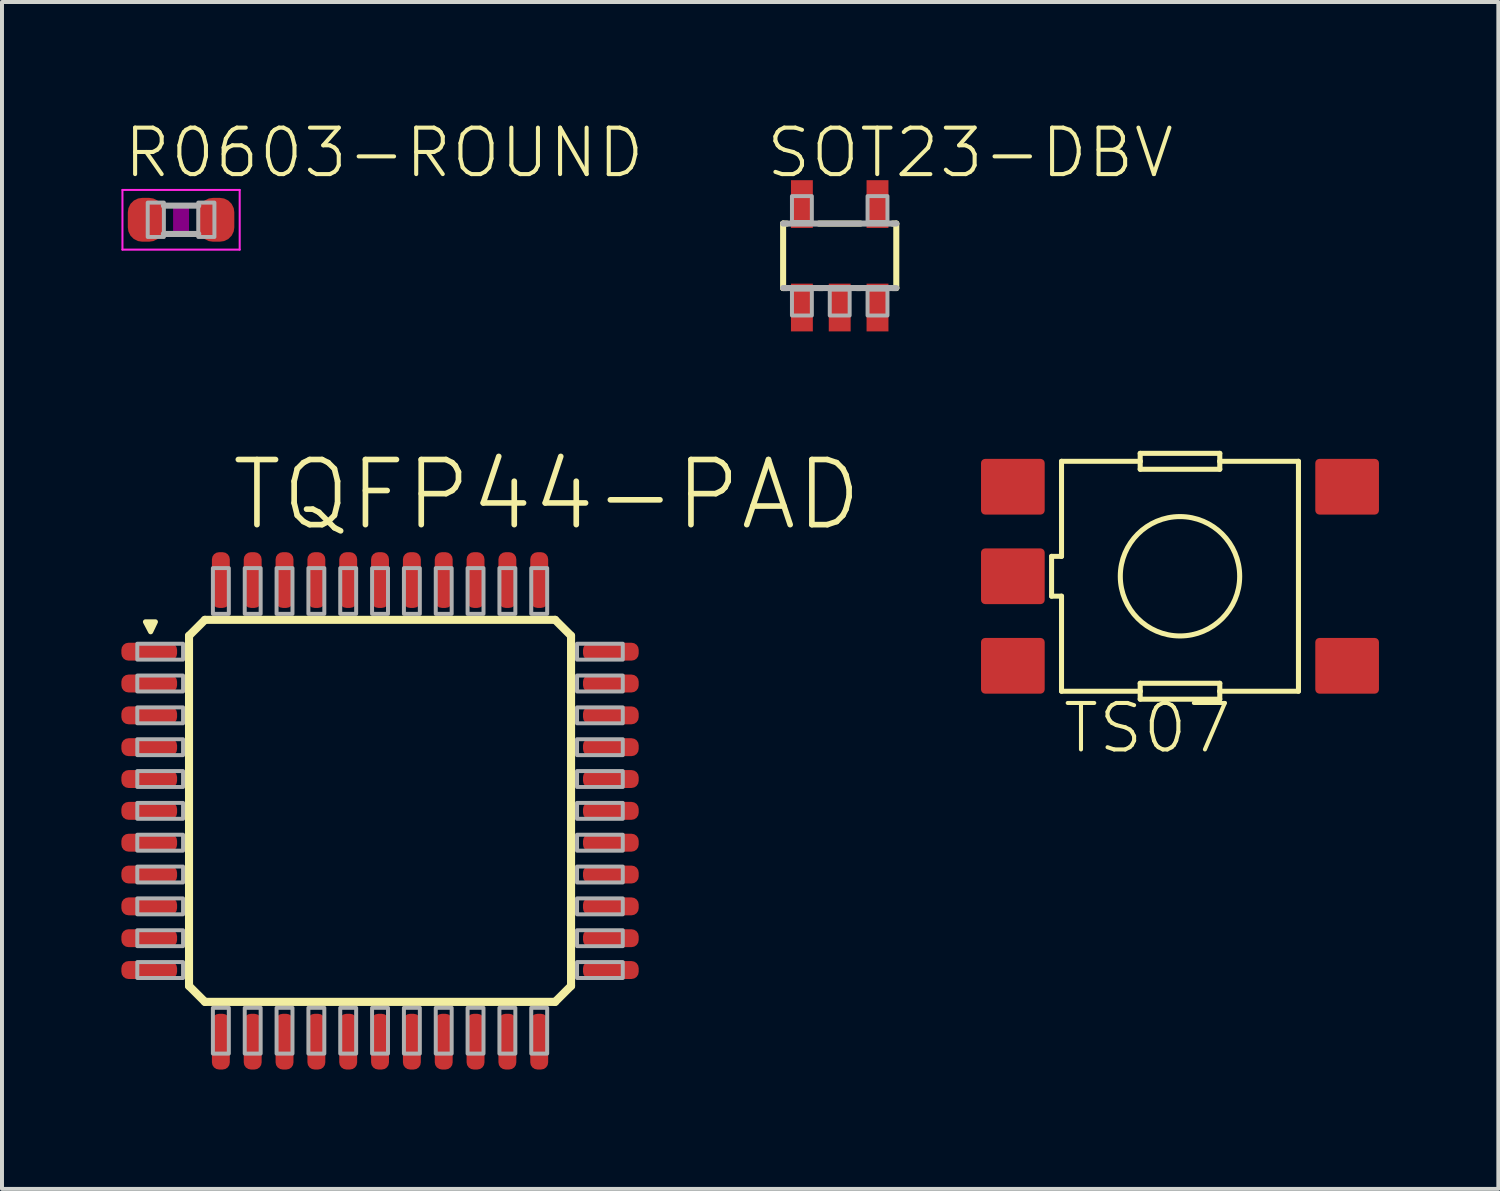
<source format=kicad_pcb>
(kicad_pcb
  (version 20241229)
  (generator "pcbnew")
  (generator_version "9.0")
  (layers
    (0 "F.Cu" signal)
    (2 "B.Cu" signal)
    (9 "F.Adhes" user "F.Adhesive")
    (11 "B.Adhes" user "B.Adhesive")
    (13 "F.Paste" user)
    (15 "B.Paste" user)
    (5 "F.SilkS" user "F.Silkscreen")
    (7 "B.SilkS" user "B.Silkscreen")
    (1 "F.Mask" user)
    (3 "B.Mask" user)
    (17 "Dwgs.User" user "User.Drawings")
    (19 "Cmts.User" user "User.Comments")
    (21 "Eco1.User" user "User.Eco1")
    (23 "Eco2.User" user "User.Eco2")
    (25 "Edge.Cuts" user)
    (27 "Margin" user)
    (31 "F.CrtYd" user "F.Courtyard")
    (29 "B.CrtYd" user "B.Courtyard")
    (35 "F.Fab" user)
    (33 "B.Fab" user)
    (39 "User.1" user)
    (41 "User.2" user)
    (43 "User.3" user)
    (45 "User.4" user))
  (footprint "SOT23-DBV"
    (layer "F.Cu")
    (at 18.051 3.378)
    (property "Reference" "SOT23-DBV" (at -1.905 -1.905 0) (layer "F.SilkS") (effects (font (size 1.168 1.168) (thickness 0.102)) (justify left bottom)))
    (fp_line (start -1.422 -0.81) (end -1.328 -0.81) (stroke (width 0.152) (type solid)) (layer "F.SilkS"))
    (fp_line (start -1.422 0.81) (end -1.422 -0.81) (stroke (width 0.152) (type solid)) (layer "F.SilkS"))
    (fp_line (start -1.328 0.81) (end -1.422 0.81) (stroke (width 0.152) (type solid)) (layer "F.SilkS"))
    (fp_line (start -0.522 -0.81) (end 0.522 -0.81) (stroke (width 0.152) (type solid)) (layer "F.SilkS"))
    (fp_line (start -0.428 0.81) (end -0.522 0.81) (stroke (width 0.152) (type solid)) (layer "F.SilkS"))
    (fp_line (start 0.522 0.81) (end 0.428 0.81) (stroke (width 0.152) (type solid)) (layer "F.SilkS"))
    (fp_line (start 1.328 -0.81) (end 1.422 -0.81) (stroke (width 0.152) (type solid)) (layer "F.SilkS"))
    (fp_line (start 1.422 -0.81) (end 1.422 0.81) (stroke (width 0.152) (type solid)) (layer "F.SilkS"))
    (fp_line (start 1.422 0.81) (end 1.328 0.81) (stroke (width 0.152) (type solid)) (layer "F.SilkS"))
    (fp_line (start -1.422 -0.81) (end 1.422 -0.81) (stroke (width 0.152) (type solid)) (layer "F.Fab"))
    (fp_line (start 1.422 0.81) (end -1.422 0.81) (stroke (width 0.152) (type solid)) (layer "F.Fab"))
    (fp_poly (pts (xy -1.2 -0.85) (xy -0.7 -0.85) (xy -0.7 -1.5) (xy -1.2 -1.5)) (stroke (width 0.1) (type solid)) (fill no) (layer "F.Fab"))
    (fp_poly (pts (xy -1.2 1.5) (xy -0.7 1.5) (xy -0.7 0.85) (xy -1.2 0.85)) (stroke (width 0.1) (type solid)) (fill no) (layer "F.Fab"))
    (fp_poly (pts (xy -0.25 1.5) (xy 0.25 1.5) (xy 0.25 0.85) (xy -0.25 0.85)) (stroke (width 0.1) (type solid)) (fill no) (layer "F.Fab"))
    (fp_poly (pts (xy 0.7 -0.85) (xy 1.2 -0.85) (xy 1.2 -1.5) (xy 0.7 -1.5)) (stroke (width 0.1) (type solid)) (fill no) (layer "F.Fab"))
    (fp_poly (pts (xy 0.7 1.5) (xy 1.2 1.5) (xy 1.2 0.85) (xy 0.7 0.85)) (stroke (width 0.1) (type solid)) (fill no) (layer "F.Fab"))
    (pad "1" smd rect (at -0.95 1.3) (size 0.55 1.2) (layers "F.Cu" "F.Mask" "F.Paste"))
    (pad "2" smd rect (at 0 1.3) (size 0.55 1.2) (layers "F.Cu" "F.Mask" "F.Paste"))
    (pad "3" smd rect (at 0.95 1.3) (size 0.55 1.2) (layers "F.Cu" "F.Mask" "F.Paste"))
    (pad "4" smd rect (at 0.95 -1.3) (size 0.55 1.2) (layers "F.Cu" "F.Mask" "F.Paste"))
    (pad "5" smd rect (at -0.95 -1.3) (size 0.55 1.2) (layers "F.Cu" "F.Mask" "F.Paste")))
  (footprint "R0603-ROUND"
    (layer "F.Cu")
    (at 1.5 2.473)
    (property "Reference" "R0603-ROUND" (at -1.5 -1 0) (layer "F.SilkS") (effects (font (size 1.168 1.168) (thickness 0.102)) (justify left bottom)))
    (fp_poly (pts (xy -0.2 0.4) (xy 0.2 0.4) (xy 0.2 -0.4) (xy -0.2 -0.4)) (stroke (width 0) (type solid)) (fill yes) (layer "F.Adhes"))
    (fp_line (start -1.473 -0.75) (end 1.473 -0.75) (stroke (width 0.051) (type solid)) (layer "F.CrtYd"))
    (fp_line (start -1.473 0.75) (end -1.473 -0.75) (stroke (width 0.051) (type solid)) (layer "F.CrtYd"))
    (fp_line (start 1.473 -0.75) (end 1.473 0.75) (stroke (width 0.051) (type solid)) (layer "F.CrtYd"))
    (fp_line (start 1.473 0.75) (end -1.473 0.75) (stroke (width 0.051) (type solid)) (layer "F.CrtYd"))
    (fp_line (start -0.432 0.356) (end 0.432 0.356) (stroke (width 0.152) (type solid)) (layer "F.Fab"))
    (fp_line (start 0.432 -0.356) (end -0.432 -0.356) (stroke (width 0.152) (type solid)) (layer "F.Fab"))
    (fp_poly (pts (xy -0.838 0.432) (xy -0.432 0.432) (xy -0.432 -0.432) (xy -0.838 -0.432)) (stroke (width 0.1) (type solid)) (fill no) (layer "F.Fab"))
    (fp_poly (pts (xy 0.432 0.432) (xy 0.838 0.432) (xy 0.838 -0.432) (xy 0.432 -0.432)) (stroke (width 0.1) (type solid)) (fill no) (layer "F.Fab"))
    (pad "1" smd roundrect (at -0.889 0) (size 0.898 1.1) (layers "F.Cu" "F.Mask" "F.Paste") (roundrect_rratio 0.4))
    (pad "2" smd roundrect (at 0.889 0) (size 0.898 1.1) (layers "F.Cu" "F.Mask" "F.Paste") (roundrect_rratio 0.4)))
  (footprint "TS07"
    (layer "F.Cu")
    (at 26.602 11.431)
    (property "Reference" "TS07" (at -3 4.5 0) (layer "F.SilkS") (effects (font (size 1.168 1.168) (thickness 0.102)) (justify left bottom)))
    (fp_line (start -3.227 -0.5) (end -3.227 0.5) (stroke (width 0.127) (type solid)) (layer "F.SilkS"))
    (fp_line (start -3.227 0.5) (end -2.977 0.5) (stroke (width 0.127) (type solid)) (layer "F.SilkS"))
    (fp_line (start -2.977 -2.889) (end -2.977 -0.5) (stroke (width 0.127) (type solid)) (layer "F.SilkS"))
    (fp_line (start -2.977 -2.889) (end -1 -2.889) (stroke (width 0.127) (type solid)) (layer "F.SilkS"))
    (fp_line (start -2.977 -0.5) (end -3.227 -0.5) (stroke (width 0.127) (type solid)) (layer "F.SilkS"))
    (fp_line (start -2.977 0.5) (end -2.977 2.889) (stroke (width 0.127) (type solid)) (layer "F.SilkS"))
    (fp_line (start -1 -3.089) (end -1 -2.889) (stroke (width 0.127) (type solid)) (layer "F.SilkS"))
    (fp_line (start -1 -2.889) (end -1 -2.689) (stroke (width 0.127) (type solid)) (layer "F.SilkS"))
    (fp_line (start -1 -2.689) (end 1 -2.689) (stroke (width 0.127) (type solid)) (layer "F.SilkS"))
    (fp_line (start -1 2.689) (end -1 2.889) (stroke (width 0.127) (type solid)) (layer "F.SilkS"))
    (fp_line (start -1 2.889) (end -2.977 2.889) (stroke (width 0.127) (type solid)) (layer "F.SilkS"))
    (fp_line (start -1 2.889) (end -1 3.089) (stroke (width 0.127) (type solid)) (layer "F.SilkS"))
    (fp_line (start -1 3.089) (end 1 3.089) (stroke (width 0.127) (type solid)) (layer "F.SilkS"))
    (fp_line (start 1 -3.089) (end -1 -3.089) (stroke (width 0.127) (type solid)) (layer "F.SilkS"))
    (fp_line (start 1 -2.889) (end 1 -3.089) (stroke (width 0.127) (type solid)) (layer "F.SilkS"))
    (fp_line (start 1 -2.889) (end 2.977 -2.889) (stroke (width 0.127) (type solid)) (layer "F.SilkS"))
    (fp_line (start 1 -2.689) (end 1 -2.889) (stroke (width 0.127) (type solid)) (layer "F.SilkS"))
    (fp_line (start 1 2.689) (end -1 2.689) (stroke (width 0.127) (type solid)) (layer "F.SilkS"))
    (fp_line (start 1 2.889) (end 1 2.689) (stroke (width 0.127) (type solid)) (layer "F.SilkS"))
    (fp_line (start 1 2.889) (end 2.977 2.889) (stroke (width 0.127) (type solid)) (layer "F.SilkS"))
    (fp_line (start 1 3.089) (end 1 2.889) (stroke (width 0.127) (type solid)) (layer "F.SilkS"))
    (fp_line (start 2.977 2.889) (end 2.977 -2.889) (stroke (width 0.127) (type solid)) (layer "F.SilkS"))
    (fp_circle (center 0 0) (end 1.5 0) (stroke (width 0.127) (type solid)) (fill no) (layer "F.SilkS"))
    (fp_poly (pts (xy -4.699 0.381) (xy -3.81 0.381) (xy -3.81 -0.381) (xy -4.699 -0.381)) (stroke (width 0) (type solid)) (fill yes) (layer "F.Paste"))
    (pad "1" smd roundrect (at -4.2 -2.25) (size 1.6 1.4) (layers "F.Cu" "F.Mask" "F.Paste") (roundrect_rratio 0.075))
    (pad "2" smd roundrect (at -4.2 2.25) (size 1.6 1.4) (layers "F.Cu" "F.Mask" "F.Paste") (roundrect_rratio 0.075))
    (pad "3" smd roundrect (at 4.2 -2.25) (size 1.6 1.4) (layers "F.Cu" "F.Mask" "F.Paste") (roundrect_rratio 0.075))
    (pad "4" smd roundrect (at 4.2 2.25) (size 1.6 1.4) (layers "F.Cu" "F.Mask" "F.Paste") (roundrect_rratio 0.075))
    (pad "5" smd roundrect (at -4.2 0) (size 1.6 1.4) (layers "F.Cu" "F.Mask") (roundrect_rratio 0.075)))
  (footprint "TQFP44-PAD"
    (layer "F.Cu")
    (at 6.5 17.326)
    (property "Reference" "TQFP44-PAD" (at -3.81 -6.985 0) (layer "F.SilkS") (effects (font (size 1.636 1.636) (thickness 0.142)) (justify left bottom)))
    (fp_line (start -4.8 -4.4) (end -4.4 -4.8) (stroke (width 0.203) (type solid)) (layer "F.SilkS"))
    (fp_line (start -4.8 4.4) (end -4.8 -4.4) (stroke (width 0.203) (type solid)) (layer "F.SilkS"))
    (fp_line (start -4.4 -4.8) (end 4.4 -4.8) (stroke (width 0.203) (type solid)) (layer "F.SilkS"))
    (fp_line (start -4.4 4.8) (end -4.8 4.4) (stroke (width 0.203) (type solid)) (layer "F.SilkS"))
    (fp_line (start 4.4 -4.8) (end 4.8 -4.4) (stroke (width 0.203) (type solid)) (layer "F.SilkS"))
    (fp_line (start 4.4 4.8) (end -4.4 4.8) (stroke (width 0.203) (type solid)) (layer "F.SilkS"))
    (fp_line (start 4.8 -4.4) (end 4.8 4.4) (stroke (width 0.203) (type solid)) (layer "F.SilkS"))
    (fp_line (start 4.8 4.4) (end 4.4 4.8) (stroke (width 0.203) (type solid)) (layer "F.SilkS"))
    (fp_poly (pts (xy -5.764 -4.5) (xy -5.895 -4.75) (xy -5.645 -4.75)) (stroke (width 0.127) (type solid)) (fill yes) (layer "F.SilkS"))
    (fp_poly (pts (xy -6.1 -3.8) (xy -4.95 -3.8) (xy -4.95 -4.2) (xy -6.1 -4.2)) (stroke (width 0.1) (type solid)) (fill no) (layer "F.Fab"))
    (fp_poly (pts (xy -6.1 -3) (xy -4.95 -3) (xy -4.95 -3.4) (xy -6.1 -3.4)) (stroke (width 0.1) (type solid)) (fill no) (layer "F.Fab"))
    (fp_poly (pts (xy -6.1 -2.2) (xy -4.95 -2.2) (xy -4.95 -2.6) (xy -6.1 -2.6)) (stroke (width 0.1) (type solid)) (fill no) (layer "F.Fab"))
    (fp_poly (pts (xy -6.1 -1.4) (xy -4.95 -1.4) (xy -4.95 -1.8) (xy -6.1 -1.8)) (stroke (width 0.1) (type solid)) (fill no) (layer "F.Fab"))
    (fp_poly (pts (xy -6.1 -0.6) (xy -4.95 -0.6) (xy -4.95 -1) (xy -6.1 -1)) (stroke (width 0.1) (type solid)) (fill no) (layer "F.Fab"))
    (fp_poly (pts (xy -6.1 0.2) (xy -4.95 0.2) (xy -4.95 -0.2) (xy -6.1 -0.2)) (stroke (width 0.1) (type solid)) (fill no) (layer "F.Fab"))
    (fp_poly (pts (xy -6.1 1) (xy -4.95 1) (xy -4.95 0.6) (xy -6.1 0.6)) (stroke (width 0.1) (type solid)) (fill no) (layer "F.Fab"))
    (fp_poly (pts (xy -6.1 1.8) (xy -4.95 1.8) (xy -4.95 1.4) (xy -6.1 1.4)) (stroke (width 0.1) (type solid)) (fill no) (layer "F.Fab"))
    (fp_poly (pts (xy -6.1 2.6) (xy -4.95 2.6) (xy -4.95 2.2) (xy -6.1 2.2)) (stroke (width 0.1) (type solid)) (fill no) (layer "F.Fab"))
    (fp_poly (pts (xy -6.1 3.4) (xy -4.95 3.4) (xy -4.95 3) (xy -6.1 3)) (stroke (width 0.1) (type solid)) (fill no) (layer "F.Fab"))
    (fp_poly (pts (xy -6.1 4.2) (xy -4.95 4.2) (xy -4.95 3.8) (xy -6.1 3.8)) (stroke (width 0.1) (type solid)) (fill no) (layer "F.Fab"))
    (fp_poly (pts (xy -4.2 -4.95) (xy -3.8 -4.95) (xy -3.8 -6.1) (xy -4.2 -6.1)) (stroke (width 0.1) (type solid)) (fill no) (layer "F.Fab"))
    (fp_poly (pts (xy -4.2 6.1) (xy -3.8 6.1) (xy -3.8 4.95) (xy -4.2 4.95)) (stroke (width 0.1) (type solid)) (fill no) (layer "F.Fab"))
    (fp_poly (pts (xy -3.4 -4.95) (xy -3 -4.95) (xy -3 -6.1) (xy -3.4 -6.1)) (stroke (width 0.1) (type solid)) (fill no) (layer "F.Fab"))
    (fp_poly (pts (xy -3.4 6.1) (xy -3 6.1) (xy -3 4.95) (xy -3.4 4.95)) (stroke (width 0.1) (type solid)) (fill no) (layer "F.Fab"))
    (fp_poly (pts (xy -2.6 -4.95) (xy -2.2 -4.95) (xy -2.2 -6.1) (xy -2.6 -6.1)) (stroke (width 0.1) (type solid)) (fill no) (layer "F.Fab"))
    (fp_poly (pts (xy -2.6 6.1) (xy -2.2 6.1) (xy -2.2 4.95) (xy -2.6 4.95)) (stroke (width 0.1) (type solid)) (fill no) (layer "F.Fab"))
    (fp_poly (pts (xy -1.8 -4.95) (xy -1.4 -4.95) (xy -1.4 -6.1) (xy -1.8 -6.1)) (stroke (width 0.1) (type solid)) (fill no) (layer "F.Fab"))
    (fp_poly (pts (xy -1.8 6.1) (xy -1.4 6.1) (xy -1.4 4.95) (xy -1.8 4.95)) (stroke (width 0.1) (type solid)) (fill no) (layer "F.Fab"))
    (fp_poly (pts (xy -1 -4.95) (xy -0.6 -4.95) (xy -0.6 -6.1) (xy -1 -6.1)) (stroke (width 0.1) (type solid)) (fill no) (layer "F.Fab"))
    (fp_poly (pts (xy -1 6.1) (xy -0.6 6.1) (xy -0.6 4.95) (xy -1 4.95)) (stroke (width 0.1) (type solid)) (fill no) (layer "F.Fab"))
    (fp_poly (pts (xy -0.2 -4.95) (xy 0.2 -4.95) (xy 0.2 -6.1) (xy -0.2 -6.1)) (stroke (width 0.1) (type solid)) (fill no) (layer "F.Fab"))
    (fp_poly (pts (xy -0.2 6.1) (xy 0.2 6.1) (xy 0.2 4.95) (xy -0.2 4.95)) (stroke (width 0.1) (type solid)) (fill no) (layer "F.Fab"))
    (fp_poly (pts (xy 0.6 -4.95) (xy 1 -4.95) (xy 1 -6.1) (xy 0.6 -6.1)) (stroke (width 0.1) (type solid)) (fill no) (layer "F.Fab"))
    (fp_poly (pts (xy 0.6 6.1) (xy 1 6.1) (xy 1 4.95) (xy 0.6 4.95)) (stroke (width 0.1) (type solid)) (fill no) (layer "F.Fab"))
    (fp_poly (pts (xy 1.4 -4.95) (xy 1.8 -4.95) (xy 1.8 -6.1) (xy 1.4 -6.1)) (stroke (width 0.1) (type solid)) (fill no) (layer "F.Fab"))
    (fp_poly (pts (xy 1.4 6.1) (xy 1.8 6.1) (xy 1.8 4.95) (xy 1.4 4.95)) (stroke (width 0.1) (type solid)) (fill no) (layer "F.Fab"))
    (fp_poly (pts (xy 2.2 -4.95) (xy 2.6 -4.95) (xy 2.6 -6.1) (xy 2.2 -6.1)) (stroke (width 0.1) (type solid)) (fill no) (layer "F.Fab"))
    (fp_poly (pts (xy 2.2 6.1) (xy 2.6 6.1) (xy 2.6 4.95) (xy 2.2 4.95)) (stroke (width 0.1) (type solid)) (fill no) (layer "F.Fab"))
    (fp_poly (pts (xy 3 -4.95) (xy 3.4 -4.95) (xy 3.4 -6.1) (xy 3 -6.1)) (stroke (width 0.1) (type solid)) (fill no) (layer "F.Fab"))
    (fp_poly (pts (xy 3 6.1) (xy 3.4 6.1) (xy 3.4 4.95) (xy 3 4.95)) (stroke (width 0.1) (type solid)) (fill no) (layer "F.Fab"))
    (fp_poly (pts (xy 3.8 -4.95) (xy 4.2 -4.95) (xy 4.2 -6.1) (xy 3.8 -6.1)) (stroke (width 0.1) (type solid)) (fill no) (layer "F.Fab"))
    (fp_poly (pts (xy 3.8 6.1) (xy 4.2 6.1) (xy 4.2 4.95) (xy 3.8 4.95)) (stroke (width 0.1) (type solid)) (fill no) (layer "F.Fab"))
    (fp_poly (pts (xy 4.95 -3.8) (xy 6.1 -3.8) (xy 6.1 -4.2) (xy 4.95 -4.2)) (stroke (width 0.1) (type solid)) (fill no) (layer "F.Fab"))
    (fp_poly (pts (xy 4.95 -3) (xy 6.1 -3) (xy 6.1 -3.4) (xy 4.95 -3.4)) (stroke (width 0.1) (type solid)) (fill no) (layer "F.Fab"))
    (fp_poly (pts (xy 4.95 -2.2) (xy 6.1 -2.2) (xy 6.1 -2.6) (xy 4.95 -2.6)) (stroke (width 0.1) (type solid)) (fill no) (layer "F.Fab"))
    (fp_poly (pts (xy 4.95 -1.4) (xy 6.1 -1.4) (xy 6.1 -1.8) (xy 4.95 -1.8)) (stroke (width 0.1) (type solid)) (fill no) (layer "F.Fab"))
    (fp_poly (pts (xy 4.95 -0.6) (xy 6.1 -0.6) (xy 6.1 -1) (xy 4.95 -1)) (stroke (width 0.1) (type solid)) (fill no) (layer "F.Fab"))
    (fp_poly (pts (xy 4.95 0.2) (xy 6.1 0.2) (xy 6.1 -0.2) (xy 4.95 -0.2)) (stroke (width 0.1) (type solid)) (fill no) (layer "F.Fab"))
    (fp_poly (pts (xy 4.95 1) (xy 6.1 1) (xy 6.1 0.6) (xy 4.95 0.6)) (stroke (width 0.1) (type solid)) (fill no) (layer "F.Fab"))
    (fp_poly (pts (xy 4.95 1.8) (xy 6.1 1.8) (xy 6.1 1.4) (xy 4.95 1.4)) (stroke (width 0.1) (type solid)) (fill no) (layer "F.Fab"))
    (fp_poly (pts (xy 4.95 2.6) (xy 6.1 2.6) (xy 6.1 2.2) (xy 4.95 2.2)) (stroke (width 0.1) (type solid)) (fill no) (layer "F.Fab"))
    (fp_poly (pts (xy 4.95 3.4) (xy 6.1 3.4) (xy 6.1 3) (xy 4.95 3)) (stroke (width 0.1) (type solid)) (fill no) (layer "F.Fab"))
    (fp_poly (pts (xy 4.95 4.2) (xy 6.1 4.2) (xy 6.1 3.8) (xy 4.95 3.8)) (stroke (width 0.1) (type solid)) (fill no) (layer "F.Fab"))
    (pad "1" smd roundrect (at -5.8 -4) (size 1.4 0.45) (layers "F.Cu" "F.Mask" "F.Paste") (roundrect_rratio 0.4))
    (pad "2" smd roundrect (at -5.8 -3.2) (size 1.4 0.45) (layers "F.Cu" "F.Mask" "F.Paste") (roundrect_rratio 0.4))
    (pad "3" smd roundrect (at -5.8 -2.4) (size 1.4 0.45) (layers "F.Cu" "F.Mask" "F.Paste") (roundrect_rratio 0.4))
    (pad "4" smd roundrect (at -5.8 -1.6) (size 1.4 0.45) (layers "F.Cu" "F.Mask" "F.Paste") (roundrect_rratio 0.4))
    (pad "5" smd roundrect (at -5.8 -0.8) (size 1.4 0.45) (layers "F.Cu" "F.Mask" "F.Paste") (roundrect_rratio 0.4))
    (pad "6" smd roundrect (at -5.8 0) (size 1.4 0.45) (layers "F.Cu" "F.Mask" "F.Paste") (roundrect_rratio 0.4))
    (pad "7" smd roundrect (at -5.8 0.8) (size 1.4 0.45) (layers "F.Cu" "F.Mask" "F.Paste") (roundrect_rratio 0.4))
    (pad "8" smd roundrect (at -5.8 1.6) (size 1.4 0.45) (layers "F.Cu" "F.Mask" "F.Paste") (roundrect_rratio 0.4))
    (pad "9" smd roundrect (at -5.8 2.4) (size 1.4 0.45) (layers "F.Cu" "F.Mask" "F.Paste") (roundrect_rratio 0.4))
    (pad "10" smd roundrect (at -5.8 3.2) (size 1.4 0.45) (layers "F.Cu" "F.Mask" "F.Paste") (roundrect_rratio 0.4))
    (pad "11" smd roundrect (at -5.8 4) (size 1.4 0.45) (layers "F.Cu" "F.Mask" "F.Paste") (roundrect_rratio 0.4))
    (pad "12" smd roundrect (at -4 5.8) (size 0.45 1.4) (layers "F.Cu" "F.Mask" "F.Paste") (roundrect_rratio 0.4))
    (pad "13" smd roundrect (at -3.2 5.8) (size 0.45 1.4) (layers "F.Cu" "F.Mask" "F.Paste") (roundrect_rratio 0.4))
    (pad "14" smd roundrect (at -2.4 5.8) (size 0.45 1.4) (layers "F.Cu" "F.Mask" "F.Paste") (roundrect_rratio 0.4))
    (pad "15" smd roundrect (at -1.6 5.8) (size 0.45 1.4) (layers "F.Cu" "F.Mask" "F.Paste") (roundrect_rratio 0.4))
    (pad "16" smd roundrect (at -0.8 5.8) (size 0.45 1.4) (layers "F.Cu" "F.Mask" "F.Paste") (roundrect_rratio 0.4))
    (pad "17" smd roundrect (at 0 5.8) (size 0.45 1.4) (layers "F.Cu" "F.Mask" "F.Paste") (roundrect_rratio 0.4))
    (pad "18" smd roundrect (at 0.8 5.8) (size 0.45 1.4) (layers "F.Cu" "F.Mask" "F.Paste") (roundrect_rratio 0.4))
    (pad "19" smd roundrect (at 1.6 5.8) (size 0.45 1.4) (layers "F.Cu" "F.Mask" "F.Paste") (roundrect_rratio 0.4))
    (pad "20" smd roundrect (at 2.4 5.8) (size 0.45 1.4) (layers "F.Cu" "F.Mask" "F.Paste") (roundrect_rratio 0.4))
    (pad "21" smd roundrect (at 3.2 5.8) (size 0.45 1.4) (layers "F.Cu" "F.Mask" "F.Paste") (roundrect_rratio 0.4))
    (pad "22" smd roundrect (at 4 5.8) (size 0.45 1.4) (layers "F.Cu" "F.Mask" "F.Paste") (roundrect_rratio 0.4))
    (pad "23" smd roundrect (at 5.8 4) (size 1.4 0.45) (layers "F.Cu" "F.Mask" "F.Paste") (roundrect_rratio 0.4))
    (pad "24" smd roundrect (at 5.8 3.2) (size 1.4 0.45) (layers "F.Cu" "F.Mask" "F.Paste") (roundrect_rratio 0.4))
    (pad "25" smd roundrect (at 5.8 2.4) (size 1.4 0.45) (layers "F.Cu" "F.Mask" "F.Paste") (roundrect_rratio 0.4))
    (pad "26" smd roundrect (at 5.8 1.6) (size 1.4 0.45) (layers "F.Cu" "F.Mask" "F.Paste") (roundrect_rratio 0.4))
    (pad "27" smd roundrect (at 5.8 0.8) (size 1.4 0.45) (layers "F.Cu" "F.Mask" "F.Paste") (roundrect_rratio 0.4))
    (pad "28" smd roundrect (at 5.8 0) (size 1.4 0.45) (layers "F.Cu" "F.Mask" "F.Paste") (roundrect_rratio 0.4))
    (pad "29" smd roundrect (at 5.8 -0.8) (size 1.4 0.45) (layers "F.Cu" "F.Mask" "F.Paste") (roundrect_rratio 0.4))
    (pad "30" smd roundrect (at 5.8 -1.6) (size 1.4 0.45) (layers "F.Cu" "F.Mask" "F.Paste") (roundrect_rratio 0.4))
    (pad "31" smd roundrect (at 5.8 -2.4) (size 1.4 0.45) (layers "F.Cu" "F.Mask" "F.Paste") (roundrect_rratio 0.4))
    (pad "32" smd roundrect (at 5.8 -3.2) (size 1.4 0.45) (layers "F.Cu" "F.Mask" "F.Paste") (roundrect_rratio 0.4))
    (pad "33" smd roundrect (at 5.8 -4) (size 1.4 0.45) (layers "F.Cu" "F.Mask" "F.Paste") (roundrect_rratio 0.4))
    (pad "34" smd roundrect (at 4 -5.8) (size 0.45 1.4) (layers "F.Cu" "F.Mask" "F.Paste") (roundrect_rratio 0.4))
    (pad "35" smd roundrect (at 3.2 -5.8) (size 0.45 1.4) (layers "F.Cu" "F.Mask" "F.Paste") (roundrect_rratio 0.4))
    (pad "36" smd roundrect (at 2.4 -5.8) (size 0.45 1.4) (layers "F.Cu" "F.Mask" "F.Paste") (roundrect_rratio 0.4))
    (pad "37" smd roundrect (at 1.6 -5.8) (size 0.45 1.4) (layers "F.Cu" "F.Mask" "F.Paste") (roundrect_rratio 0.4))
    (pad "38" smd roundrect (at 0.8 -5.8) (size 0.45 1.4) (layers "F.Cu" "F.Mask" "F.Paste") (roundrect_rratio 0.4))
    (pad "39" smd roundrect (at 0 -5.8) (size 0.45 1.4) (layers "F.Cu" "F.Mask" "F.Paste") (roundrect_rratio 0.4))
    (pad "40" smd roundrect (at -0.8 -5.8) (size 0.45 1.4) (layers "F.Cu" "F.Mask" "F.Paste") (roundrect_rratio 0.4))
    (pad "41" smd roundrect (at -1.6 -5.8) (size 0.45 1.4) (layers "F.Cu" "F.Mask" "F.Paste") (roundrect_rratio 0.4))
    (pad "42" smd roundrect (at -2.4 -5.8) (size 0.45 1.4) (layers "F.Cu" "F.Mask" "F.Paste") (roundrect_rratio 0.4))
    (pad "43" smd roundrect (at -3.2 -5.8) (size 0.45 1.4) (layers "F.Cu" "F.Mask" "F.Paste") (roundrect_rratio 0.4))
    (pad "44" smd roundrect (at -4 -5.8) (size 0.45 1.4) (layers "F.Cu" "F.Mask" "F.Paste") (roundrect_rratio 0.4)))
  (gr_rect
    (start -3 -3)
    (end 34.602 26.826)
    (stroke (width 0.1) (type default))
    (fill no)
    (layer "Edge.Cuts")))
</source>
